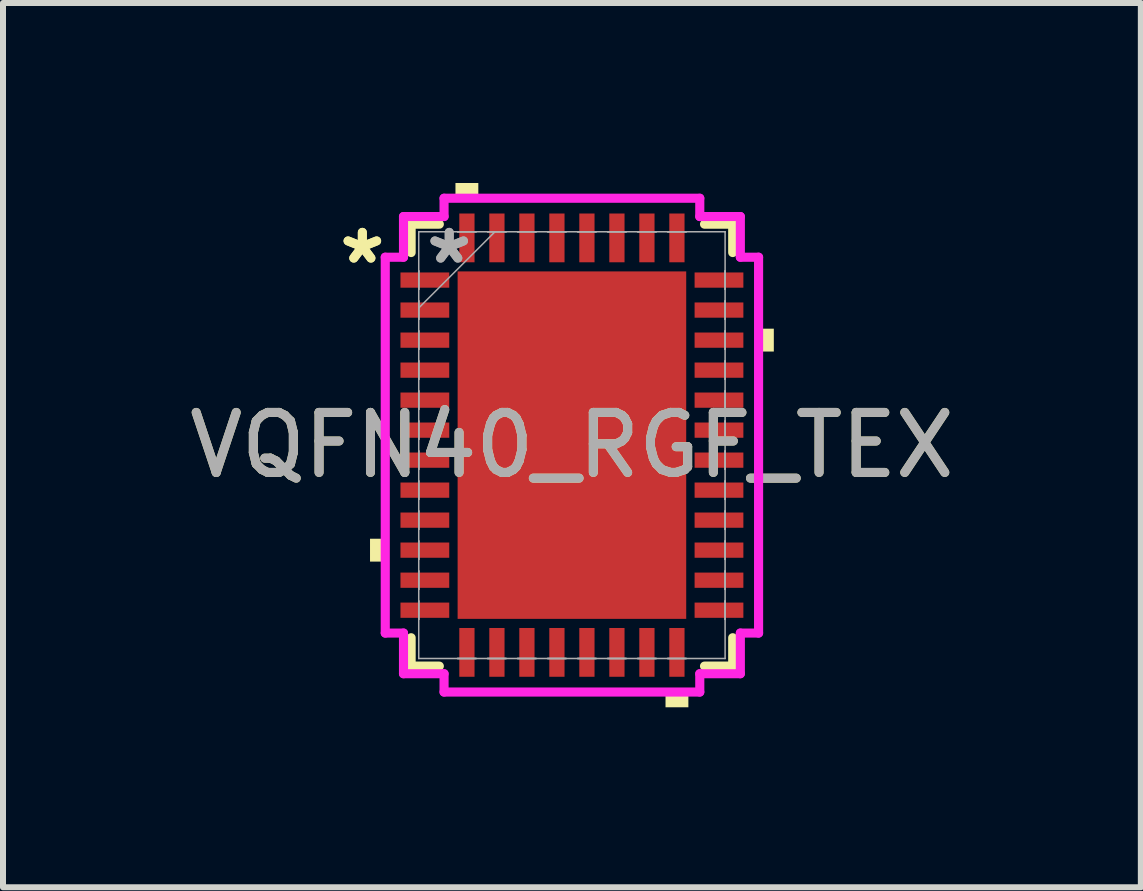
<source format=kicad_pcb>
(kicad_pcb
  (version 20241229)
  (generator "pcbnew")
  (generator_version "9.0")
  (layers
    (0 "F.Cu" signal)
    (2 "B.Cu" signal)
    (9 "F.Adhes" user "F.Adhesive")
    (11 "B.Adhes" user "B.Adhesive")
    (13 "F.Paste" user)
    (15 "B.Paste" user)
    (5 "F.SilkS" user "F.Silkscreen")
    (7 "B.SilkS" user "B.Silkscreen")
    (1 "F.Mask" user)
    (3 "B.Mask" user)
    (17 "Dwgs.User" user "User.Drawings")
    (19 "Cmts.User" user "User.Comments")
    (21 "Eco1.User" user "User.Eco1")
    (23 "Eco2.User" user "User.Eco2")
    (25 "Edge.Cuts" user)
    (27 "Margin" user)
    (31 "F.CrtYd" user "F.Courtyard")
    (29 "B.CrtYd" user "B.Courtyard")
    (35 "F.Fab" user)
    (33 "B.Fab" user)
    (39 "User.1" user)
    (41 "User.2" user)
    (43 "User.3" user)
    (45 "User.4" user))
  (footprint "VQFN40_RGF_TEX"
    (layer "F.Cu")
    (at 6.482 4.369)
    (property "Reference" "VQFN40_RGF_TEX" (at 0 0 0) (unlocked yes) (layer "F.SilkS") (effects (font (size 1 1) (thickness 0.15))))
    (attr smd)
    (fp_line (start -2.68 -3.683) (end -2.68 -3.21) (stroke (width 0.152) (type solid)) (layer "F.SilkS"))
    (fp_line (start -2.68 3.21) (end -2.68 3.683) (stroke (width 0.152) (type solid)) (layer "F.SilkS"))
    (fp_line (start -2.68 3.683) (end -2.21 3.683) (stroke (width 0.152) (type solid)) (layer "F.SilkS"))
    (fp_line (start -2.21 -3.683) (end -2.68 -3.683) (stroke (width 0.152) (type solid)) (layer "F.SilkS"))
    (fp_line (start 2.21 3.683) (end 2.68 3.683) (stroke (width 0.152) (type solid)) (layer "F.SilkS"))
    (fp_line (start 2.68 -3.683) (end 2.21 -3.683) (stroke (width 0.152) (type solid)) (layer "F.SilkS"))
    (fp_line (start 2.68 -3.21) (end 2.68 -3.683) (stroke (width 0.152) (type solid)) (layer "F.SilkS"))
    (fp_line (start 2.68 3.683) (end 2.68 3.21) (stroke (width 0.152) (type solid)) (layer "F.SilkS"))
    (fp_poly (pts (xy -3.365 1.56) (xy -3.365 1.941) (xy -3.111 1.941) (xy -3.111 1.56)) (stroke (width 0) (type solid)) (fill yes) (layer "F.SilkS"))
    (fp_poly (pts (xy -1.941 -4.115) (xy -1.941 -4.369) (xy -1.56 -4.369) (xy -1.56 -4.115)) (stroke (width 0) (type solid)) (fill yes) (layer "F.SilkS"))
    (fp_poly (pts (xy 1.56 4.115) (xy 1.56 4.369) (xy 1.941 4.369) (xy 1.941 4.115)) (stroke (width 0) (type solid)) (fill yes) (layer "F.SilkS"))
    (fp_poly (pts (xy 3.365 -1.941) (xy 3.365 -1.56) (xy 3.111 -1.56) (xy 3.111 -1.941)) (stroke (width 0) (type solid)) (fill yes) (layer "F.SilkS"))
    (fp_poly (pts (xy -1.805 -2.796) (xy -1.805 -1.548) (xy -0.735 -1.548) (xy -0.735 -2.796)) (stroke (width 0) (type solid)) (fill yes) (layer "F.Paste"))
    (fp_poly (pts (xy -1.805 -1.348) (xy -1.805 -0.1) (xy -0.735 -0.1) (xy -0.735 -1.348)) (stroke (width 0) (type solid)) (fill yes) (layer "F.Paste"))
    (fp_poly (pts (xy -1.805 0.1) (xy -1.805 1.348) (xy -0.735 1.348) (xy -0.735 0.1)) (stroke (width 0) (type solid)) (fill yes) (layer "F.Paste"))
    (fp_poly (pts (xy -1.805 1.548) (xy -1.805 2.796) (xy -0.735 2.796) (xy -0.735 1.548)) (stroke (width 0) (type solid)) (fill yes) (layer "F.Paste"))
    (fp_poly (pts (xy -0.535 -2.796) (xy -0.535 -1.548) (xy 0.535 -1.548) (xy 0.535 -2.796)) (stroke (width 0) (type solid)) (fill yes) (layer "F.Paste"))
    (fp_poly (pts (xy -0.535 -1.348) (xy -0.535 -0.1) (xy 0.535 -0.1) (xy 0.535 -1.348)) (stroke (width 0) (type solid)) (fill yes) (layer "F.Paste"))
    (fp_poly (pts (xy -0.535 0.1) (xy -0.535 1.348) (xy 0.535 1.348) (xy 0.535 0.1)) (stroke (width 0) (type solid)) (fill yes) (layer "F.Paste"))
    (fp_poly (pts (xy -0.535 1.548) (xy -0.535 2.796) (xy 0.535 2.796) (xy 0.535 1.548)) (stroke (width 0) (type solid)) (fill yes) (layer "F.Paste"))
    (fp_poly (pts (xy 0.735 -2.796) (xy 0.735 -1.548) (xy 1.805 -1.548) (xy 1.805 -2.796)) (stroke (width 0) (type solid)) (fill yes) (layer "F.Paste"))
    (fp_poly (pts (xy 0.735 -1.348) (xy 0.735 -0.1) (xy 1.805 -0.1) (xy 1.805 -1.348)) (stroke (width 0) (type solid)) (fill yes) (layer "F.Paste"))
    (fp_poly (pts (xy 0.735 0.1) (xy 0.735 1.348) (xy 1.805 1.348) (xy 1.805 0.1)) (stroke (width 0) (type solid)) (fill yes) (layer "F.Paste"))
    (fp_poly (pts (xy 0.735 1.548) (xy 0.735 2.796) (xy 1.805 2.796) (xy 1.805 1.548)) (stroke (width 0) (type solid)) (fill yes) (layer "F.Paste"))
    (fp_line (start -3.111 -3.132) (end -2.807 -3.132) (stroke (width 0.152) (type solid)) (layer "F.CrtYd"))
    (fp_line (start -3.111 3.132) (end -3.111 -3.132) (stroke (width 0.152) (type solid)) (layer "F.CrtYd"))
    (fp_line (start -2.807 -3.81) (end -2.131 -3.81) (stroke (width 0.152) (type solid)) (layer "F.CrtYd"))
    (fp_line (start -2.807 -3.132) (end -2.807 -3.81) (stroke (width 0.152) (type solid)) (layer "F.CrtYd"))
    (fp_line (start -2.807 3.132) (end -3.111 3.132) (stroke (width 0.152) (type solid)) (layer "F.CrtYd"))
    (fp_line (start -2.807 3.81) (end -2.807 3.132) (stroke (width 0.152) (type solid)) (layer "F.CrtYd"))
    (fp_line (start -2.131 -4.115) (end 2.131 -4.115) (stroke (width 0.152) (type solid)) (layer "F.CrtYd"))
    (fp_line (start -2.131 -3.81) (end -2.131 -4.115) (stroke (width 0.152) (type solid)) (layer "F.CrtYd"))
    (fp_line (start -2.131 3.81) (end -2.807 3.81) (stroke (width 0.152) (type solid)) (layer "F.CrtYd"))
    (fp_line (start -2.131 4.115) (end -2.131 3.81) (stroke (width 0.152) (type solid)) (layer "F.CrtYd"))
    (fp_line (start 2.131 -4.115) (end 2.131 -3.81) (stroke (width 0.152) (type solid)) (layer "F.CrtYd"))
    (fp_line (start 2.131 -3.81) (end 2.807 -3.81) (stroke (width 0.152) (type solid)) (layer "F.CrtYd"))
    (fp_line (start 2.131 3.81) (end 2.131 4.115) (stroke (width 0.152) (type solid)) (layer "F.CrtYd"))
    (fp_line (start 2.131 4.115) (end -2.131 4.115) (stroke (width 0.152) (type solid)) (layer "F.CrtYd"))
    (fp_line (start 2.807 -3.81) (end 2.807 -3.132) (stroke (width 0.152) (type solid)) (layer "F.CrtYd"))
    (fp_line (start 2.807 -3.132) (end 3.111 -3.132) (stroke (width 0.152) (type solid)) (layer "F.CrtYd"))
    (fp_line (start 2.807 3.132) (end 2.807 3.81) (stroke (width 0.152) (type solid)) (layer "F.CrtYd"))
    (fp_line (start 2.807 3.81) (end 2.131 3.81) (stroke (width 0.152) (type solid)) (layer "F.CrtYd"))
    (fp_line (start 3.111 -3.132) (end 3.111 3.132) (stroke (width 0.152) (type solid)) (layer "F.CrtYd"))
    (fp_line (start 3.111 3.132) (end 2.807 3.132) (stroke (width 0.152) (type solid)) (layer "F.CrtYd"))
    (fp_line (start -2.553 -3.556) (end -2.553 -3.556) (stroke (width 0.025) (type solid)) (layer "F.Fab"))
    (fp_line (start -2.553 -3.556) (end -2.553 3.556) (stroke (width 0.025) (type solid)) (layer "F.Fab"))
    (fp_line (start -2.553 -2.903) (end -2.553 -2.903) (stroke (width 0.025) (type solid)) (layer "F.Fab"))
    (fp_line (start -2.553 -2.903) (end -2.553 -2.598) (stroke (width 0.025) (type solid)) (layer "F.Fab"))
    (fp_line (start -2.553 -2.598) (end -2.553 -2.903) (stroke (width 0.025) (type solid)) (layer "F.Fab"))
    (fp_line (start -2.553 -2.598) (end -2.553 -2.598) (stroke (width 0.025) (type solid)) (layer "F.Fab"))
    (fp_line (start -2.553 -2.403) (end -2.553 -2.403) (stroke (width 0.025) (type solid)) (layer "F.Fab"))
    (fp_line (start -2.553 -2.403) (end -2.553 -2.098) (stroke (width 0.025) (type solid)) (layer "F.Fab"))
    (fp_line (start -2.553 -2.286) (end -1.283 -3.556) (stroke (width 0.025) (type solid)) (layer "F.Fab"))
    (fp_line (start -2.553 -2.098) (end -2.553 -2.403) (stroke (width 0.025) (type solid)) (layer "F.Fab"))
    (fp_line (start -2.553 -2.098) (end -2.553 -2.098) (stroke (width 0.025) (type solid)) (layer "F.Fab"))
    (fp_line (start -2.553 -1.903) (end -2.553 -1.903) (stroke (width 0.025) (type solid)) (layer "F.Fab"))
    (fp_line (start -2.553 -1.903) (end -2.553 -1.598) (stroke (width 0.025) (type solid)) (layer "F.Fab"))
    (fp_line (start -2.553 -1.598) (end -2.553 -1.903) (stroke (width 0.025) (type solid)) (layer "F.Fab"))
    (fp_line (start -2.553 -1.598) (end -2.553 -1.598) (stroke (width 0.025) (type solid)) (layer "F.Fab"))
    (fp_line (start -2.553 -1.403) (end -2.553 -1.403) (stroke (width 0.025) (type solid)) (layer "F.Fab"))
    (fp_line (start -2.553 -1.403) (end -2.553 -1.098) (stroke (width 0.025) (type solid)) (layer "F.Fab"))
    (fp_line (start -2.553 -1.098) (end -2.553 -1.403) (stroke (width 0.025) (type solid)) (layer "F.Fab"))
    (fp_line (start -2.553 -1.098) (end -2.553 -1.098) (stroke (width 0.025) (type solid)) (layer "F.Fab"))
    (fp_line (start -2.553 -0.903) (end -2.553 -0.903) (stroke (width 0.025) (type solid)) (layer "F.Fab"))
    (fp_line (start -2.553 -0.903) (end -2.553 -0.598) (stroke (width 0.025) (type solid)) (layer "F.Fab"))
    (fp_line (start -2.553 -0.598) (end -2.553 -0.903) (stroke (width 0.025) (type solid)) (layer "F.Fab"))
    (fp_line (start -2.553 -0.598) (end -2.553 -0.598) (stroke (width 0.025) (type solid)) (layer "F.Fab"))
    (fp_line (start -2.553 -0.402) (end -2.553 -0.402) (stroke (width 0.025) (type solid)) (layer "F.Fab"))
    (fp_line (start -2.553 -0.402) (end -2.553 -0.098) (stroke (width 0.025) (type solid)) (layer "F.Fab"))
    (fp_line (start -2.553 -0.098) (end -2.553 -0.402) (stroke (width 0.025) (type solid)) (layer "F.Fab"))
    (fp_line (start -2.553 -0.098) (end -2.553 -0.098) (stroke (width 0.025) (type solid)) (layer "F.Fab"))
    (fp_line (start -2.553 0.098) (end -2.553 0.098) (stroke (width 0.025) (type solid)) (layer "F.Fab"))
    (fp_line (start -2.553 0.098) (end -2.553 0.402) (stroke (width 0.025) (type solid)) (layer "F.Fab"))
    (fp_line (start -2.553 0.402) (end -2.553 0.098) (stroke (width 0.025) (type solid)) (layer "F.Fab"))
    (fp_line (start -2.553 0.402) (end -2.553 0.402) (stroke (width 0.025) (type solid)) (layer "F.Fab"))
    (fp_line (start -2.553 0.598) (end -2.553 0.598) (stroke (width 0.025) (type solid)) (layer "F.Fab"))
    (fp_line (start -2.553 0.598) (end -2.553 0.903) (stroke (width 0.025) (type solid)) (layer "F.Fab"))
    (fp_line (start -2.553 0.903) (end -2.553 0.598) (stroke (width 0.025) (type solid)) (layer "F.Fab"))
    (fp_line (start -2.553 0.903) (end -2.553 0.903) (stroke (width 0.025) (type solid)) (layer "F.Fab"))
    (fp_line (start -2.553 1.098) (end -2.553 1.098) (stroke (width 0.025) (type solid)) (layer "F.Fab"))
    (fp_line (start -2.553 1.098) (end -2.553 1.403) (stroke (width 0.025) (type solid)) (layer "F.Fab"))
    (fp_line (start -2.553 1.403) (end -2.553 1.098) (stroke (width 0.025) (type solid)) (layer "F.Fab"))
    (fp_line (start -2.553 1.403) (end -2.553 1.403) (stroke (width 0.025) (type solid)) (layer "F.Fab"))
    (fp_line (start -2.553 1.598) (end -2.553 1.598) (stroke (width 0.025) (type solid)) (layer "F.Fab"))
    (fp_line (start -2.553 1.598) (end -2.553 1.903) (stroke (width 0.025) (type solid)) (layer "F.Fab"))
    (fp_line (start -2.553 1.903) (end -2.553 1.598) (stroke (width 0.025) (type solid)) (layer "F.Fab"))
    (fp_line (start -2.553 1.903) (end -2.553 1.903) (stroke (width 0.025) (type solid)) (layer "F.Fab"))
    (fp_line (start -2.553 2.098) (end -2.553 2.098) (stroke (width 0.025) (type solid)) (layer "F.Fab"))
    (fp_line (start -2.553 2.098) (end -2.553 2.403) (stroke (width 0.025) (type solid)) (layer "F.Fab"))
    (fp_line (start -2.553 2.403) (end -2.553 2.098) (stroke (width 0.025) (type solid)) (layer "F.Fab"))
    (fp_line (start -2.553 2.403) (end -2.553 2.403) (stroke (width 0.025) (type solid)) (layer "F.Fab"))
    (fp_line (start -2.553 2.598) (end -2.553 2.598) (stroke (width 0.025) (type solid)) (layer "F.Fab"))
    (fp_line (start -2.553 2.598) (end -2.553 2.903) (stroke (width 0.025) (type solid)) (layer "F.Fab"))
    (fp_line (start -2.553 2.903) (end -2.553 2.598) (stroke (width 0.025) (type solid)) (layer "F.Fab"))
    (fp_line (start -2.553 2.903) (end -2.553 2.903) (stroke (width 0.025) (type solid)) (layer "F.Fab"))
    (fp_line (start -2.553 3.556) (end -2.553 3.556) (stroke (width 0.025) (type solid)) (layer "F.Fab"))
    (fp_line (start -2.553 3.556) (end 2.553 3.556) (stroke (width 0.025) (type solid)) (layer "F.Fab"))
    (fp_line (start -1.903 -3.556) (end -1.903 -3.556) (stroke (width 0.025) (type solid)) (layer "F.Fab"))
    (fp_line (start -1.903 -3.556) (end -1.598 -3.556) (stroke (width 0.025) (type solid)) (layer "F.Fab"))
    (fp_line (start -1.903 3.556) (end -1.903 3.556) (stroke (width 0.025) (type solid)) (layer "F.Fab"))
    (fp_line (start -1.903 3.556) (end -1.598 3.556) (stroke (width 0.025) (type solid)) (layer "F.Fab"))
    (fp_line (start -1.598 -3.556) (end -1.903 -3.556) (stroke (width 0.025) (type solid)) (layer "F.Fab"))
    (fp_line (start -1.598 -3.556) (end -1.598 -3.556) (stroke (width 0.025) (type solid)) (layer "F.Fab"))
    (fp_line (start -1.598 3.556) (end -1.903 3.556) (stroke (width 0.025) (type solid)) (layer "F.Fab"))
    (fp_line (start -1.598 3.556) (end -1.598 3.556) (stroke (width 0.025) (type solid)) (layer "F.Fab"))
    (fp_line (start -1.403 -3.556) (end -1.403 -3.556) (stroke (width 0.025) (type solid)) (layer "F.Fab"))
    (fp_line (start -1.403 -3.556) (end -1.098 -3.556) (stroke (width 0.025) (type solid)) (layer "F.Fab"))
    (fp_line (start -1.403 3.556) (end -1.403 3.556) (stroke (width 0.025) (type solid)) (layer "F.Fab"))
    (fp_line (start -1.403 3.556) (end -1.098 3.556) (stroke (width 0.025) (type solid)) (layer "F.Fab"))
    (fp_line (start -1.098 -3.556) (end -1.403 -3.556) (stroke (width 0.025) (type solid)) (layer "F.Fab"))
    (fp_line (start -1.098 -3.556) (end -1.098 -3.556) (stroke (width 0.025) (type solid)) (layer "F.Fab"))
    (fp_line (start -1.098 3.556) (end -1.403 3.556) (stroke (width 0.025) (type solid)) (layer "F.Fab"))
    (fp_line (start -1.098 3.556) (end -1.098 3.556) (stroke (width 0.025) (type solid)) (layer "F.Fab"))
    (fp_line (start -0.903 -3.556) (end -0.903 -3.556) (stroke (width 0.025) (type solid)) (layer "F.Fab"))
    (fp_line (start -0.903 -3.556) (end -0.598 -3.556) (stroke (width 0.025) (type solid)) (layer "F.Fab"))
    (fp_line (start -0.903 3.556) (end -0.903 3.556) (stroke (width 0.025) (type solid)) (layer "F.Fab"))
    (fp_line (start -0.903 3.556) (end -0.598 3.556) (stroke (width 0.025) (type solid)) (layer "F.Fab"))
    (fp_line (start -0.598 -3.556) (end -0.903 -3.556) (stroke (width 0.025) (type solid)) (layer "F.Fab"))
    (fp_line (start -0.598 -3.556) (end -0.598 -3.556) (stroke (width 0.025) (type solid)) (layer "F.Fab"))
    (fp_line (start -0.598 3.556) (end -0.903 3.556) (stroke (width 0.025) (type solid)) (layer "F.Fab"))
    (fp_line (start -0.598 3.556) (end -0.598 3.556) (stroke (width 0.025) (type solid)) (layer "F.Fab"))
    (fp_line (start -0.402 -3.556) (end -0.402 -3.556) (stroke (width 0.025) (type solid)) (layer "F.Fab"))
    (fp_line (start -0.402 -3.556) (end -0.098 -3.556) (stroke (width 0.025) (type solid)) (layer "F.Fab"))
    (fp_line (start -0.402 3.556) (end -0.402 3.556) (stroke (width 0.025) (type solid)) (layer "F.Fab"))
    (fp_line (start -0.402 3.556) (end -0.098 3.556) (stroke (width 0.025) (type solid)) (layer "F.Fab"))
    (fp_line (start -0.098 -3.556) (end -0.402 -3.556) (stroke (width 0.025) (type solid)) (layer "F.Fab"))
    (fp_line (start -0.098 -3.556) (end -0.098 -3.556) (stroke (width 0.025) (type solid)) (layer "F.Fab"))
    (fp_line (start -0.098 3.556) (end -0.402 3.556) (stroke (width 0.025) (type solid)) (layer "F.Fab"))
    (fp_line (start -0.098 3.556) (end -0.098 3.556) (stroke (width 0.025) (type solid)) (layer "F.Fab"))
    (fp_line (start 0.098 -3.556) (end 0.098 -3.556) (stroke (width 0.025) (type solid)) (layer "F.Fab"))
    (fp_line (start 0.098 -3.556) (end 0.402 -3.556) (stroke (width 0.025) (type solid)) (layer "F.Fab"))
    (fp_line (start 0.098 3.556) (end 0.098 3.556) (stroke (width 0.025) (type solid)) (layer "F.Fab"))
    (fp_line (start 0.098 3.556) (end 0.402 3.556) (stroke (width 0.025) (type solid)) (layer "F.Fab"))
    (fp_line (start 0.402 -3.556) (end 0.098 -3.556) (stroke (width 0.025) (type solid)) (layer "F.Fab"))
    (fp_line (start 0.402 -3.556) (end 0.402 -3.556) (stroke (width 0.025) (type solid)) (layer "F.Fab"))
    (fp_line (start 0.402 3.556) (end 0.098 3.556) (stroke (width 0.025) (type solid)) (layer "F.Fab"))
    (fp_line (start 0.402 3.556) (end 0.402 3.556) (stroke (width 0.025) (type solid)) (layer "F.Fab"))
    (fp_line (start 0.598 -3.556) (end 0.598 -3.556) (stroke (width 0.025) (type solid)) (layer "F.Fab"))
    (fp_line (start 0.598 -3.556) (end 0.903 -3.556) (stroke (width 0.025) (type solid)) (layer "F.Fab"))
    (fp_line (start 0.598 3.556) (end 0.598 3.556) (stroke (width 0.025) (type solid)) (layer "F.Fab"))
    (fp_line (start 0.598 3.556) (end 0.903 3.556) (stroke (width 0.025) (type solid)) (layer "F.Fab"))
    (fp_line (start 0.903 -3.556) (end 0.598 -3.556) (stroke (width 0.025) (type solid)) (layer "F.Fab"))
    (fp_line (start 0.903 -3.556) (end 0.903 -3.556) (stroke (width 0.025) (type solid)) (layer "F.Fab"))
    (fp_line (start 0.903 3.556) (end 0.598 3.556) (stroke (width 0.025) (type solid)) (layer "F.Fab"))
    (fp_line (start 0.903 3.556) (end 0.903 3.556) (stroke (width 0.025) (type solid)) (layer "F.Fab"))
    (fp_line (start 1.098 -3.556) (end 1.098 -3.556) (stroke (width 0.025) (type solid)) (layer "F.Fab"))
    (fp_line (start 1.098 -3.556) (end 1.403 -3.556) (stroke (width 0.025) (type solid)) (layer "F.Fab"))
    (fp_line (start 1.098 3.556) (end 1.098 3.556) (stroke (width 0.025) (type solid)) (layer "F.Fab"))
    (fp_line (start 1.098 3.556) (end 1.403 3.556) (stroke (width 0.025) (type solid)) (layer "F.Fab"))
    (fp_line (start 1.403 -3.556) (end 1.098 -3.556) (stroke (width 0.025) (type solid)) (layer "F.Fab"))
    (fp_line (start 1.403 -3.556) (end 1.403 -3.556) (stroke (width 0.025) (type solid)) (layer "F.Fab"))
    (fp_line (start 1.403 3.556) (end 1.098 3.556) (stroke (width 0.025) (type solid)) (layer "F.Fab"))
    (fp_line (start 1.403 3.556) (end 1.403 3.556) (stroke (width 0.025) (type solid)) (layer "F.Fab"))
    (fp_line (start 1.598 -3.556) (end 1.598 -3.556) (stroke (width 0.025) (type solid)) (layer "F.Fab"))
    (fp_line (start 1.598 -3.556) (end 1.903 -3.556) (stroke (width 0.025) (type solid)) (layer "F.Fab"))
    (fp_line (start 1.598 3.556) (end 1.598 3.556) (stroke (width 0.025) (type solid)) (layer "F.Fab"))
    (fp_line (start 1.598 3.556) (end 1.903 3.556) (stroke (width 0.025) (type solid)) (layer "F.Fab"))
    (fp_line (start 1.903 -3.556) (end 1.598 -3.556) (stroke (width 0.025) (type solid)) (layer "F.Fab"))
    (fp_line (start 1.903 -3.556) (end 1.903 -3.556) (stroke (width 0.025) (type solid)) (layer "F.Fab"))
    (fp_line (start 1.903 3.556) (end 1.598 3.556) (stroke (width 0.025) (type solid)) (layer "F.Fab"))
    (fp_line (start 1.903 3.556) (end 1.903 3.556) (stroke (width 0.025) (type solid)) (layer "F.Fab"))
    (fp_line (start 2.553 -3.556) (end -2.553 -3.556) (stroke (width 0.025) (type solid)) (layer "F.Fab"))
    (fp_line (start 2.553 -3.556) (end 2.553 -3.556) (stroke (width 0.025) (type solid)) (layer "F.Fab"))
    (fp_line (start 2.553 -2.903) (end 2.553 -2.903) (stroke (width 0.025) (type solid)) (layer "F.Fab"))
    (fp_line (start 2.553 -2.903) (end 2.553 -2.598) (stroke (width 0.025) (type solid)) (layer "F.Fab"))
    (fp_line (start 2.553 -2.598) (end 2.553 -2.903) (stroke (width 0.025) (type solid)) (layer "F.Fab"))
    (fp_line (start 2.553 -2.598) (end 2.553 -2.598) (stroke (width 0.025) (type solid)) (layer "F.Fab"))
    (fp_line (start 2.553 -2.403) (end 2.553 -2.403) (stroke (width 0.025) (type solid)) (layer "F.Fab"))
    (fp_line (start 2.553 -2.403) (end 2.553 -2.098) (stroke (width 0.025) (type solid)) (layer "F.Fab"))
    (fp_line (start 2.553 -2.098) (end 2.553 -2.403) (stroke (width 0.025) (type solid)) (layer "F.Fab"))
    (fp_line (start 2.553 -2.098) (end 2.553 -2.098) (stroke (width 0.025) (type solid)) (layer "F.Fab"))
    (fp_line (start 2.553 -1.903) (end 2.553 -1.903) (stroke (width 0.025) (type solid)) (layer "F.Fab"))
    (fp_line (start 2.553 -1.903) (end 2.553 -1.598) (stroke (width 0.025) (type solid)) (layer "F.Fab"))
    (fp_line (start 2.553 -1.598) (end 2.553 -1.903) (stroke (width 0.025) (type solid)) (layer "F.Fab"))
    (fp_line (start 2.553 -1.598) (end 2.553 -1.598) (stroke (width 0.025) (type solid)) (layer "F.Fab"))
    (fp_line (start 2.553 -1.403) (end 2.553 -1.403) (stroke (width 0.025) (type solid)) (layer "F.Fab"))
    (fp_line (start 2.553 -1.403) (end 2.553 -1.098) (stroke (width 0.025) (type solid)) (layer "F.Fab"))
    (fp_line (start 2.553 -1.098) (end 2.553 -1.403) (stroke (width 0.025) (type solid)) (layer "F.Fab"))
    (fp_line (start 2.553 -1.098) (end 2.553 -1.098) (stroke (width 0.025) (type solid)) (layer "F.Fab"))
    (fp_line (start 2.553 -0.903) (end 2.553 -0.903) (stroke (width 0.025) (type solid)) (layer "F.Fab"))
    (fp_line (start 2.553 -0.903) (end 2.553 -0.598) (stroke (width 0.025) (type solid)) (layer "F.Fab"))
    (fp_line (start 2.553 -0.598) (end 2.553 -0.903) (stroke (width 0.025) (type solid)) (layer "F.Fab"))
    (fp_line (start 2.553 -0.598) (end 2.553 -0.598) (stroke (width 0.025) (type solid)) (layer "F.Fab"))
    (fp_line (start 2.553 -0.402) (end 2.553 -0.402) (stroke (width 0.025) (type solid)) (layer "F.Fab"))
    (fp_line (start 2.553 -0.402) (end 2.553 -0.098) (stroke (width 0.025) (type solid)) (layer "F.Fab"))
    (fp_line (start 2.553 -0.098) (end 2.553 -0.402) (stroke (width 0.025) (type solid)) (layer "F.Fab"))
    (fp_line (start 2.553 -0.098) (end 2.553 -0.098) (stroke (width 0.025) (type solid)) (layer "F.Fab"))
    (fp_line (start 2.553 0.098) (end 2.553 0.098) (stroke (width 0.025) (type solid)) (layer "F.Fab"))
    (fp_line (start 2.553 0.098) (end 2.553 0.402) (stroke (width 0.025) (type solid)) (layer "F.Fab"))
    (fp_line (start 2.553 0.402) (end 2.553 0.098) (stroke (width 0.025) (type solid)) (layer "F.Fab"))
    (fp_line (start 2.553 0.402) (end 2.553 0.402) (stroke (width 0.025) (type solid)) (layer "F.Fab"))
    (fp_line (start 2.553 0.598) (end 2.553 0.598) (stroke (width 0.025) (type solid)) (layer "F.Fab"))
    (fp_line (start 2.553 0.598) (end 2.553 0.903) (stroke (width 0.025) (type solid)) (layer "F.Fab"))
    (fp_line (start 2.553 0.903) (end 2.553 0.598) (stroke (width 0.025) (type solid)) (layer "F.Fab"))
    (fp_line (start 2.553 0.903) (end 2.553 0.903) (stroke (width 0.025) (type solid)) (layer "F.Fab"))
    (fp_line (start 2.553 1.098) (end 2.553 1.098) (stroke (width 0.025) (type solid)) (layer "F.Fab"))
    (fp_line (start 2.553 1.098) (end 2.553 1.403) (stroke (width 0.025) (type solid)) (layer "F.Fab"))
    (fp_line (start 2.553 1.403) (end 2.553 1.098) (stroke (width 0.025) (type solid)) (layer "F.Fab"))
    (fp_line (start 2.553 1.403) (end 2.553 1.403) (stroke (width 0.025) (type solid)) (layer "F.Fab"))
    (fp_line (start 2.553 1.598) (end 2.553 1.598) (stroke (width 0.025) (type solid)) (layer "F.Fab"))
    (fp_line (start 2.553 1.598) (end 2.553 1.903) (stroke (width 0.025) (type solid)) (layer "F.Fab"))
    (fp_line (start 2.553 1.903) (end 2.553 1.598) (stroke (width 0.025) (type solid)) (layer "F.Fab"))
    (fp_line (start 2.553 1.903) (end 2.553 1.903) (stroke (width 0.025) (type solid)) (layer "F.Fab"))
    (fp_line (start 2.553 2.098) (end 2.553 2.098) (stroke (width 0.025) (type solid)) (layer "F.Fab"))
    (fp_line (start 2.553 2.098) (end 2.553 2.403) (stroke (width 0.025) (type solid)) (layer "F.Fab"))
    (fp_line (start 2.553 2.403) (end 2.553 2.098) (stroke (width 0.025) (type solid)) (layer "F.Fab"))
    (fp_line (start 2.553 2.403) (end 2.553 2.403) (stroke (width 0.025) (type solid)) (layer "F.Fab"))
    (fp_line (start 2.553 2.598) (end 2.553 2.598) (stroke (width 0.025) (type solid)) (layer "F.Fab"))
    (fp_line (start 2.553 2.598) (end 2.553 2.903) (stroke (width 0.025) (type solid)) (layer "F.Fab"))
    (fp_line (start 2.553 2.903) (end 2.553 2.598) (stroke (width 0.025) (type solid)) (layer "F.Fab"))
    (fp_line (start 2.553 2.903) (end 2.553 2.903) (stroke (width 0.025) (type solid)) (layer "F.Fab"))
    (fp_line (start 2.553 3.556) (end 2.553 -3.556) (stroke (width 0.025) (type solid)) (layer "F.Fab"))
    (fp_line (start 2.553 3.556) (end 2.553 3.556) (stroke (width 0.025) (type solid)) (layer "F.Fab"))
    (fp_text user "*" (at -3.493 -3.001 0) (layer "F.SilkS") (effects (font (size 1 1) (thickness 0.15))))
    (fp_text user "*" (at -3.493 -3.001 0) (unlocked yes) (layer "F.SilkS") (effects (font (size 1 1) (thickness 0.15))))
    (fp_text user "${REFERENCE}" (at 0 0 0) (unlocked yes) (layer "F.Fab") (effects (font (size 1 1) (thickness 0.15))))
    (fp_text user "*" (at -2.045 -3.001 0) (layer "F.Fab") (effects (font (size 1 1) (thickness 0.15))))
    (fp_text user "*" (at -2.045 -3.001 0) (unlocked yes) (layer "F.Fab") (effects (font (size 1 1) (thickness 0.15))))
    (pad "1" smd rect (at -2.451 -2.751 90) (size 0.254 0.813) (layers "F.Cu" "F.Mask" "F.Paste"))
    (pad "2" smd rect (at -2.451 -2.251 90) (size 0.254 0.813) (layers "F.Cu" "F.Mask" "F.Paste"))
    (pad "3" smd rect (at -2.451 -1.75 90) (size 0.254 0.813) (layers "F.Cu" "F.Mask" "F.Paste"))
    (pad "4" smd rect (at -2.451 -1.25 90) (size 0.254 0.813) (layers "F.Cu" "F.Mask" "F.Paste"))
    (pad "5" smd rect (at -2.451 -0.75 90) (size 0.254 0.813) (layers "F.Cu" "F.Mask" "F.Paste"))
    (pad "6" smd rect (at -2.451 -0.25 90) (size 0.254 0.813) (layers "F.Cu" "F.Mask" "F.Paste"))
    (pad "7" smd rect (at -2.451 0.25 90) (size 0.254 0.813) (layers "F.Cu" "F.Mask" "F.Paste"))
    (pad "8" smd rect (at -2.451 0.75 90) (size 0.254 0.813) (layers "F.Cu" "F.Mask" "F.Paste"))
    (pad "9" smd rect (at -2.451 1.25 90) (size 0.254 0.813) (layers "F.Cu" "F.Mask" "F.Paste"))
    (pad "10" smd rect (at -2.451 1.75 90) (size 0.254 0.813) (layers "F.Cu" "F.Mask" "F.Paste"))
    (pad "11" smd rect (at -2.451 2.251 90) (size 0.254 0.813) (layers "F.Cu" "F.Mask" "F.Paste"))
    (pad "12" smd rect (at -2.451 2.751 90) (size 0.254 0.813) (layers "F.Cu" "F.Mask" "F.Paste"))
    (pad "13" smd rect (at -1.75 3.454) (size 0.254 0.813) (layers "F.Cu" "F.Mask" "F.Paste"))
    (pad "14" smd rect (at -1.25 3.454) (size 0.254 0.813) (layers "F.Cu" "F.Mask" "F.Paste"))
    (pad "15" smd rect (at -0.75 3.454) (size 0.254 0.813) (layers "F.Cu" "F.Mask" "F.Paste"))
    (pad "16" smd rect (at -0.25 3.454) (size 0.254 0.813) (layers "F.Cu" "F.Mask" "F.Paste"))
    (pad "17" smd rect (at 0.25 3.454) (size 0.254 0.813) (layers "F.Cu" "F.Mask" "F.Paste"))
    (pad "18" smd rect (at 0.75 3.454) (size 0.254 0.813) (layers "F.Cu" "F.Mask" "F.Paste"))
    (pad "19" smd rect (at 1.25 3.454) (size 0.254 0.813) (layers "F.Cu" "F.Mask" "F.Paste"))
    (pad "20" smd rect (at 1.75 3.454) (size 0.254 0.813) (layers "F.Cu" "F.Mask" "F.Paste"))
    (pad "21" smd rect (at 2.451 2.751 90) (size 0.254 0.813) (layers "F.Cu" "F.Mask" "F.Paste"))
    (pad "22" smd rect (at 2.451 2.251 90) (size 0.254 0.813) (layers "F.Cu" "F.Mask" "F.Paste"))
    (pad "23" smd rect (at 2.451 1.75 90) (size 0.254 0.813) (layers "F.Cu" "F.Mask" "F.Paste"))
    (pad "24" smd rect (at 2.451 1.25 90) (size 0.254 0.813) (layers "F.Cu" "F.Mask" "F.Paste"))
    (pad "25" smd rect (at 2.451 0.75 90) (size 0.254 0.813) (layers "F.Cu" "F.Mask" "F.Paste"))
    (pad "26" smd rect (at 2.451 0.25 90) (size 0.254 0.813) (layers "F.Cu" "F.Mask" "F.Paste"))
    (pad "27" smd rect (at 2.451 -0.25 90) (size 0.254 0.813) (layers "F.Cu" "F.Mask" "F.Paste"))
    (pad "28" smd rect (at 2.451 -0.75 90) (size 0.254 0.813) (layers "F.Cu" "F.Mask" "F.Paste"))
    (pad "29" smd rect (at 2.451 -1.25 90) (size 0.254 0.813) (layers "F.Cu" "F.Mask" "F.Paste"))
    (pad "30" smd rect (at 2.451 -1.75 90) (size 0.254 0.813) (layers "F.Cu" "F.Mask" "F.Paste"))
    (pad "31" smd rect (at 2.451 -2.251 90) (size 0.254 0.813) (layers "F.Cu" "F.Mask" "F.Paste"))
    (pad "32" smd rect (at 2.451 -2.751 90) (size 0.254 0.813) (layers "F.Cu" "F.Mask" "F.Paste"))
    (pad "33" smd rect (at 1.75 -3.454) (size 0.254 0.813) (layers "F.Cu" "F.Mask" "F.Paste"))
    (pad "34" smd rect (at 1.25 -3.454) (size 0.254 0.813) (layers "F.Cu" "F.Mask" "F.Paste"))
    (pad "35" smd rect (at 0.75 -3.454) (size 0.254 0.813) (layers "F.Cu" "F.Mask" "F.Paste"))
    (pad "36" smd rect (at 0.25 -3.454) (size 0.254 0.813) (layers "F.Cu" "F.Mask" "F.Paste"))
    (pad "37" smd rect (at -0.25 -3.454) (size 0.254 0.813) (layers "F.Cu" "F.Mask" "F.Paste"))
    (pad "38" smd rect (at -0.75 -3.454) (size 0.254 0.813) (layers "F.Cu" "F.Mask" "F.Paste"))
    (pad "39" smd rect (at -1.25 -3.454) (size 0.254 0.813) (layers "F.Cu" "F.Mask" "F.Paste"))
    (pad "40" smd rect (at -1.75 -3.454) (size 0.254 0.813) (layers "F.Cu" "F.Mask" "F.Paste"))
    (pad "41" smd rect (at 0 0) (size 3.81 5.791) (layers "F.Cu" "F.Mask" "F.Paste")))
  (gr_rect
    (start -3 -3)
    (end 15.964 11.738)
    (stroke (width 0.1) (type default))
    (fill no)
    (layer "Edge.Cuts")))
</source>
